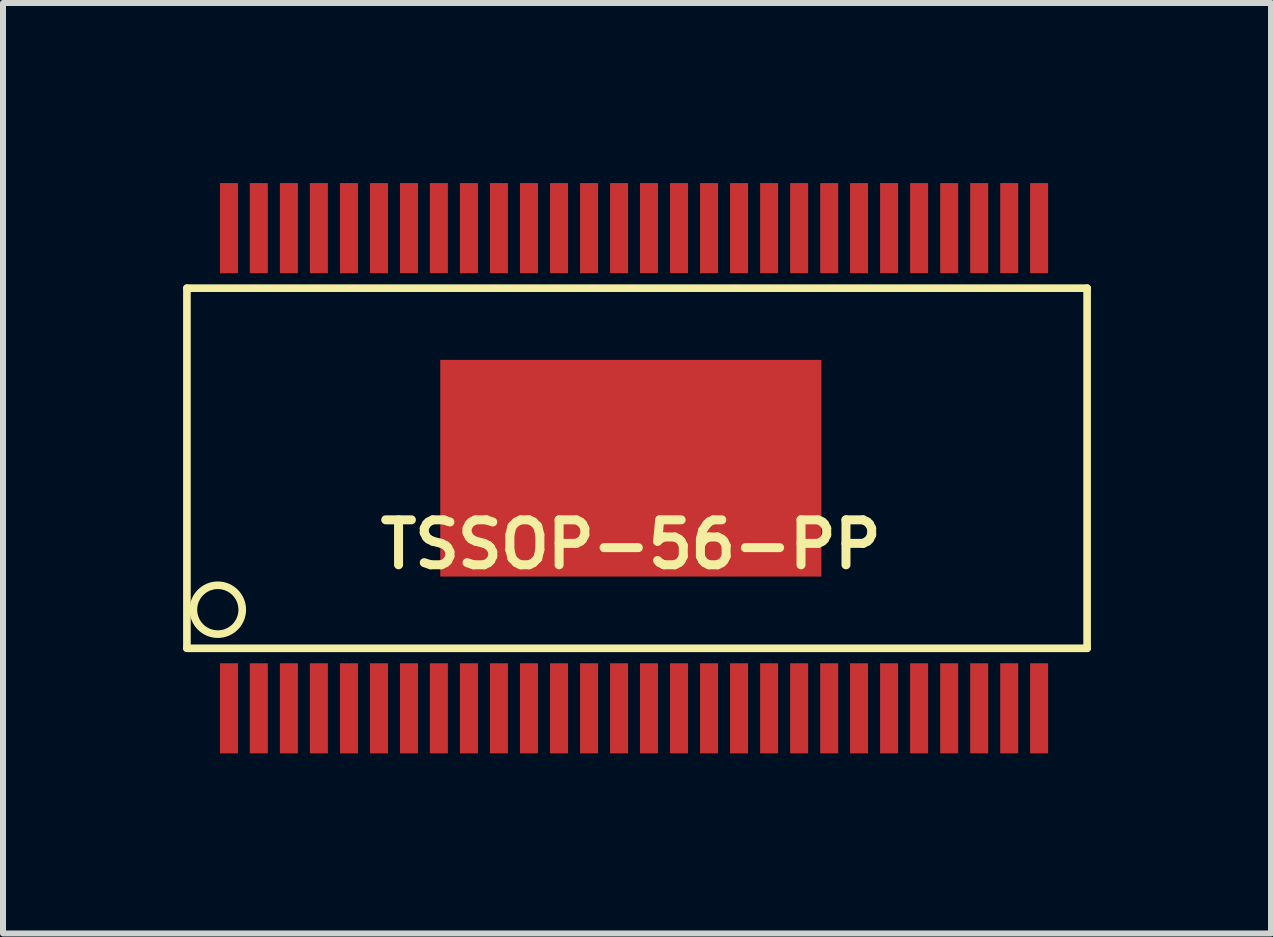
<source format=kicad_pcb>
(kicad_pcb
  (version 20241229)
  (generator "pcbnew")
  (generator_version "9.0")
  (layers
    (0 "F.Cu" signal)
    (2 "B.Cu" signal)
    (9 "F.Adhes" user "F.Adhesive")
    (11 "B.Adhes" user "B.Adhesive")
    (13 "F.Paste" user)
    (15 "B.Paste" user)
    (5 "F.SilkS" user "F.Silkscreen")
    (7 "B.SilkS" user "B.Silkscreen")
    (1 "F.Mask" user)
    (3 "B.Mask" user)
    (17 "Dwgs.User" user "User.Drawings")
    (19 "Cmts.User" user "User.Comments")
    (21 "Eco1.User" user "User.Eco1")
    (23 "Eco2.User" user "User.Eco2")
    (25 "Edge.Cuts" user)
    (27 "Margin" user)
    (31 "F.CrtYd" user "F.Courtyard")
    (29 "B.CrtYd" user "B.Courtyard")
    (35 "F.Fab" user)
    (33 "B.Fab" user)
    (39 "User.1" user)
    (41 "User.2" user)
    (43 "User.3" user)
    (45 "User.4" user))
  (footprint "TSSOP-56-PP"
    (layer "F.Cu")
    (at 7.46 4.751)
    (property "Reference" "TSSOP-56-PP" (at 0 1.27 0) (layer "F.SilkS") (effects (font (size 0.749 0.749) (thickness 0.15))))
    (attr through_hole)
    (fp_line (start -7.396 3) (end -7.396 -3) (stroke (width 0.127) (type solid)) (layer "F.SilkS"))
    (fp_line (start -7.396 3) (end 7.602 3) (stroke (width 0.127) (type solid)) (layer "F.SilkS"))
    (fp_line (start 7.602 -3) (end -7.396 -3) (stroke (width 0.127) (type solid)) (layer "F.SilkS"))
    (fp_line (start 7.602 -3) (end 7.602 3) (stroke (width 0.127) (type solid)) (layer "F.SilkS"))
    (fp_circle (center -6.881 2.357) (end -7.135 2.675) (stroke (width 0.127) (type solid)) (fill no) (layer "F.SilkS"))
    (pad "1" smd rect (at -6.695 4) (size 0.3 1.501) (layers "F.Cu" "F.Mask" "F.Paste"))
    (pad "2" smd rect (at -6.198 4) (size 0.3 1.501) (layers "F.Cu" "F.Mask" "F.Paste"))
    (pad "3" smd rect (at -5.697 4) (size 0.3 1.501) (layers "F.Cu" "F.Mask" "F.Paste"))
    (pad "4" smd rect (at -5.197 4) (size 0.3 1.501) (layers "F.Cu" "F.Mask" "F.Paste"))
    (pad "5" smd rect (at -4.696 4) (size 0.3 1.501) (layers "F.Cu" "F.Mask" "F.Paste"))
    (pad "6" smd rect (at -4.196 4) (size 0.3 1.501) (layers "F.Cu" "F.Mask" "F.Paste"))
    (pad "7" smd rect (at -3.696 4) (size 0.3 1.501) (layers "F.Cu" "F.Mask" "F.Paste"))
    (pad "8" smd rect (at -3.198 4) (size 0.3 1.501) (layers "F.Cu" "F.Mask" "F.Paste"))
    (pad "9" smd rect (at -2.697 4) (size 0.3 1.501) (layers "F.Cu" "F.Mask" "F.Paste"))
    (pad "10" smd rect (at -2.197 4) (size 0.3 1.501) (layers "F.Cu" "F.Mask" "F.Paste"))
    (pad "11" smd rect (at -1.697 4) (size 0.3 1.501) (layers "F.Cu" "F.Mask" "F.Paste"))
    (pad "12" smd rect (at -1.196 4) (size 0.3 1.501) (layers "F.Cu" "F.Mask" "F.Paste"))
    (pad "13" smd rect (at -0.696 4) (size 0.3 1.501) (layers "F.Cu" "F.Mask" "F.Paste"))
    (pad "14" smd rect (at -0.196 4) (size 0.3 1.501) (layers "F.Cu" "F.Mask" "F.Paste"))
    (pad "15" smd rect (at 0.302 4) (size 0.3 1.501) (layers "F.Cu" "F.Mask" "F.Paste"))
    (pad "16" smd rect (at 0.803 4) (size 0.3 1.501) (layers "F.Cu" "F.Mask" "F.Paste"))
    (pad "17" smd rect (at 1.303 4) (size 0.3 1.501) (layers "F.Cu" "F.Mask" "F.Paste"))
    (pad "18" smd rect (at 1.803 4) (size 0.3 1.501) (layers "F.Cu" "F.Mask" "F.Paste"))
    (pad "19" smd rect (at 2.304 4) (size 0.3 1.501) (layers "F.Cu" "F.Mask" "F.Paste"))
    (pad "20" smd rect (at 2.804 4) (size 0.3 1.501) (layers "F.Cu" "F.Mask" "F.Paste"))
    (pad "21" smd rect (at 3.305 4) (size 0.3 1.501) (layers "F.Cu" "F.Mask" "F.Paste"))
    (pad "22" smd rect (at 3.802 4) (size 0.3 1.501) (layers "F.Cu" "F.Mask" "F.Paste"))
    (pad "23" smd rect (at 4.303 4) (size 0.3 1.501) (layers "F.Cu" "F.Mask" "F.Paste"))
    (pad "24" smd rect (at 4.803 4) (size 0.3 1.501) (layers "F.Cu" "F.Mask" "F.Paste"))
    (pad "25" smd rect (at 5.304 4) (size 0.3 1.501) (layers "F.Cu" "F.Mask" "F.Paste"))
    (pad "26" smd rect (at 5.804 4) (size 0.3 1.501) (layers "F.Cu" "F.Mask" "F.Paste"))
    (pad "27" smd rect (at 6.304 4) (size 0.3 1.501) (layers "F.Cu" "F.Mask" "F.Paste"))
    (pad "28" smd rect (at 6.802 4) (size 0.3 1.501) (layers "F.Cu" "F.Mask" "F.Paste"))
    (pad "29" smd rect (at 6.802 -4) (size 0.3 1.501) (layers "F.Cu" "F.Mask" "F.Paste"))
    (pad "30" smd rect (at 6.304 -4) (size 0.3 1.501) (layers "F.Cu" "F.Mask" "F.Paste"))
    (pad "31" smd rect (at 5.804 -4) (size 0.3 1.501) (layers "F.Cu" "F.Mask" "F.Paste"))
    (pad "32" smd rect (at 5.304 -4) (size 0.3 1.501) (layers "F.Cu" "F.Mask" "F.Paste"))
    (pad "33" smd rect (at 4.803 -4) (size 0.3 1.501) (layers "F.Cu" "F.Mask" "F.Paste"))
    (pad "34" smd rect (at 4.303 -4) (size 0.3 1.501) (layers "F.Cu" "F.Mask" "F.Paste"))
    (pad "35" smd rect (at 3.802 -4) (size 0.3 1.501) (layers "F.Cu" "F.Mask" "F.Paste"))
    (pad "36" smd rect (at 3.305 -4) (size 0.3 1.501) (layers "F.Cu" "F.Mask" "F.Paste"))
    (pad "37" smd rect (at 2.804 -4) (size 0.3 1.501) (layers "F.Cu" "F.Mask" "F.Paste"))
    (pad "38" smd rect (at 2.304 -4) (size 0.3 1.501) (layers "F.Cu" "F.Mask" "F.Paste"))
    (pad "39" smd rect (at 1.803 -4) (size 0.3 1.501) (layers "F.Cu" "F.Mask" "F.Paste"))
    (pad "40" smd rect (at 1.303 -4) (size 0.3 1.501) (layers "F.Cu" "F.Mask" "F.Paste"))
    (pad "41" smd rect (at 0.803 -4) (size 0.3 1.501) (layers "F.Cu" "F.Mask" "F.Paste"))
    (pad "42" smd rect (at 0.302 -4) (size 0.3 1.501) (layers "F.Cu" "F.Mask" "F.Paste"))
    (pad "43" smd rect (at -0.196 -4) (size 0.3 1.501) (layers "F.Cu" "F.Mask" "F.Paste"))
    (pad "44" smd rect (at -0.696 -4) (size 0.3 1.501) (layers "F.Cu" "F.Mask" "F.Paste"))
    (pad "45" smd rect (at -1.196 -4) (size 0.3 1.501) (layers "F.Cu" "F.Mask" "F.Paste"))
    (pad "46" smd rect (at -1.697 -4) (size 0.3 1.501) (layers "F.Cu" "F.Mask" "F.Paste"))
    (pad "47" smd rect (at -2.197 -4) (size 0.3 1.501) (layers "F.Cu" "F.Mask" "F.Paste"))
    (pad "48" smd rect (at -2.697 -4) (size 0.3 1.501) (layers "F.Cu" "F.Mask" "F.Paste"))
    (pad "49" smd rect (at -3.198 -4) (size 0.3 1.501) (layers "F.Cu" "F.Mask" "F.Paste"))
    (pad "50" smd rect (at -3.696 -4) (size 0.3 1.501) (layers "F.Cu" "F.Mask" "F.Paste"))
    (pad "51" smd rect (at -4.196 -4) (size 0.3 1.501) (layers "F.Cu" "F.Mask" "F.Paste"))
    (pad "52" smd rect (at -4.696 -4) (size 0.3 1.501) (layers "F.Cu" "F.Mask" "F.Paste"))
    (pad "53" smd rect (at -5.197 -4) (size 0.3 1.501) (layers "F.Cu" "F.Mask" "F.Paste"))
    (pad "54" smd rect (at -5.697 -4) (size 0.3 1.501) (layers "F.Cu" "F.Mask" "F.Paste"))
    (pad "55" smd rect (at -6.198 -4) (size 0.3 1.501) (layers "F.Cu" "F.Mask" "F.Paste"))
    (pad "56" smd rect (at -6.695 -4) (size 0.3 1.501) (layers "F.Cu" "F.Mask" "F.Paste"))
    (pad "57" smd rect (at 0 0) (size 6.35 3.61) (layers "F.Cu" "F.Mask" "F.Paste")))
  (gr_rect
    (start -3 -3)
    (end 18.126 12.502)
    (stroke (width 0.1) (type default))
    (fill no)
    (layer "Edge.Cuts")))
</source>
